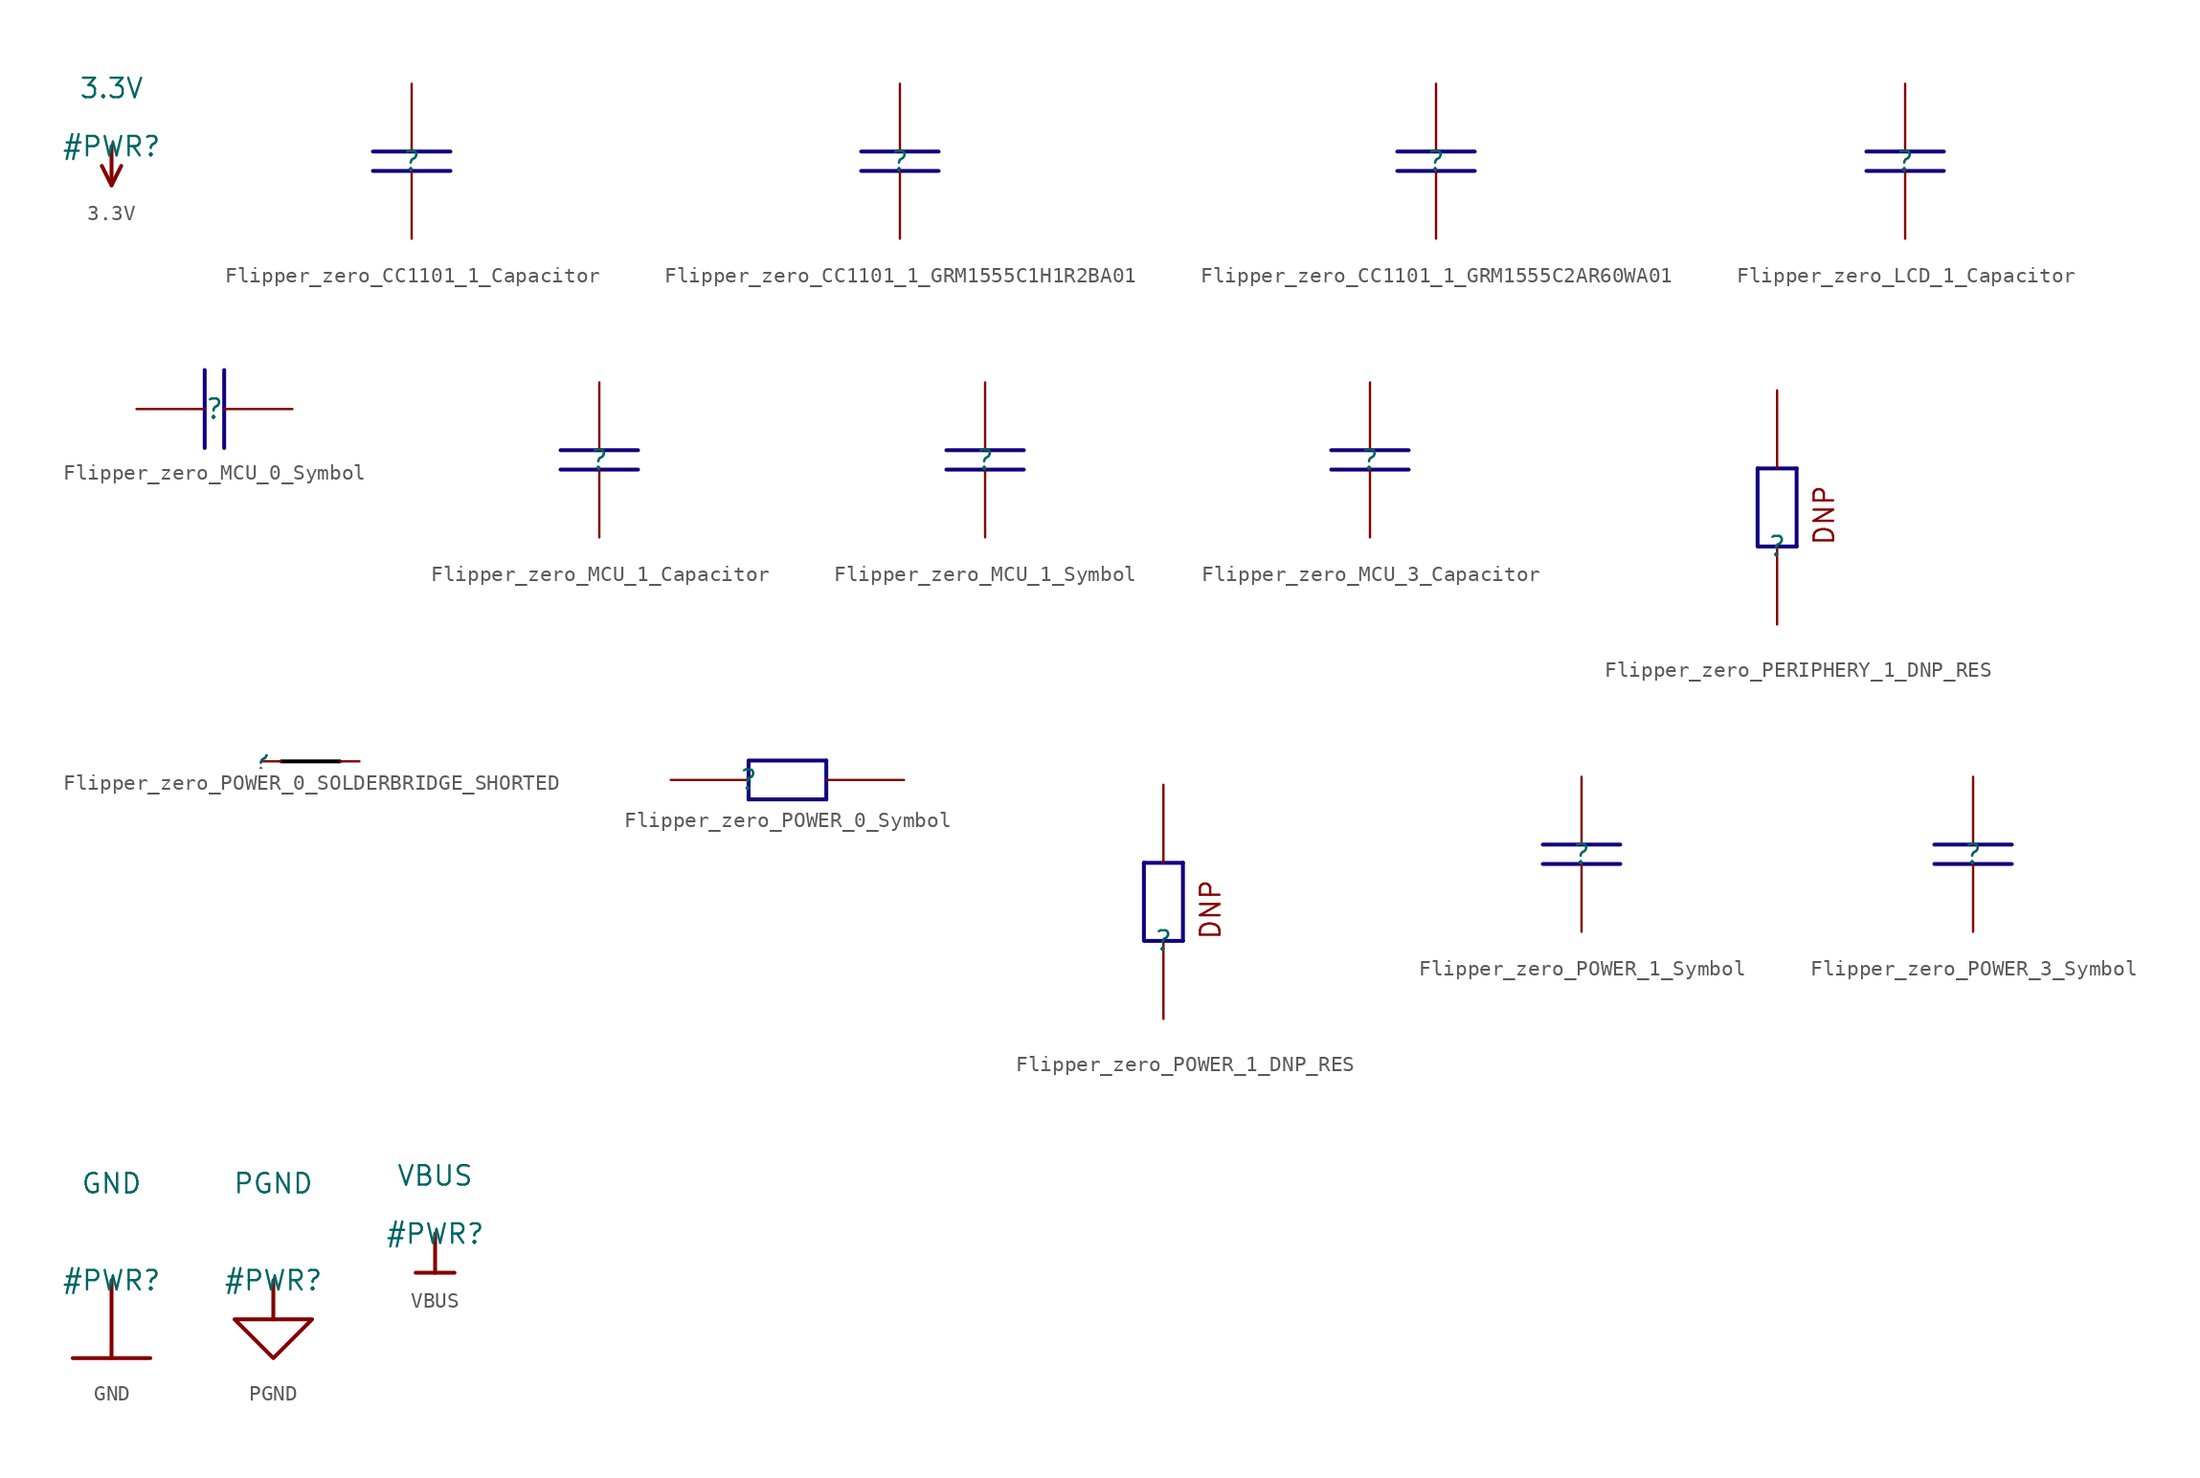
<source format=kicad_sym>
(kicad_symbol_lib
  (version 20220914)
  (generator kicad_symbol_editor)
  (symbol "3.3V"
    (power)
    (property "Reference" "#PWR"
      (at 0 0 0)
      (effects (font (size 1.27 1.27))))
    (property "Value" "3.3V"
      (at 0 3.81 0)
      (effects (font (size 1.27 1.27))))
    (symbol "3.3V_0_0"
      (polyline (pts (xy 0 0) (xy 0 -2.54)) (stroke (width 0.254) (type solid)) (fill (type none)))
      (polyline (pts (xy -0.635 -1.27) (xy 0 -2.54) (xy 0.635 -1.27)) (stroke (width 0.254) (type solid)) (fill (type none)))
      (pin power_in line (at 0 0 0) (length 0) hide (name "3.3V" (effects (font (size 1.27 1.27)))) (number "" (effects (font (size 1.27 1.27)))))))
  (symbol "Flipper_zero_CC1101_1_Capacitor"
    (property "Reference" ""
      (at 0 0 0)
      (effects (font (size 1.27 1.27))))
    (property "Value" ""
      (at 0 0 0)
      (effects (font (size 1.27 1.27))))
    (symbol "Flipper_zero_CC1101_1_Capacitor_1_0"
      (polyline (pts (xy -2.54 -0.635) (xy 2.54 -0.635)) (stroke (width 0.254) (type solid) (color 17 3 127 1)) (fill (type none)))
      (polyline (pts (xy -2.54 0.635) (xy 2.54 0.635)) (stroke (width 0.254) (type solid) (color 17 3 127 1)) (fill (type none)))
      (pin passive line (at 0 -5.08 90) (length 4.445) (name "1" (effects (font (size 0 0)))) (number "1" (effects (font (size 0 0)))))
      (pin passive line (at 0 5.08 270) (length 4.445) (name "2" (effects (font (size 0 0)))) (number "2" (effects (font (size 0 0)))))))
  (symbol "Flipper_zero_CC1101_1_GRM1555C1H1R2BA01"
    (property "Reference" ""
      (at 0 0 0)
      (effects (font (size 1.27 1.27))))
    (property "Value" ""
      (at 0 0 0)
      (effects (font (size 1.27 1.27))))
    (symbol "Flipper_zero_CC1101_1_GRM1555C1H1R2BA01_1_0"
      (polyline (pts (xy -2.54 -0.635) (xy 2.54 -0.635)) (stroke (width 0.254) (type solid) (color 17 3 127 1)) (fill (type none)))
      (polyline (pts (xy -2.54 0.635) (xy 2.54 0.635)) (stroke (width 0.254) (type solid) (color 17 3 127 1)) (fill (type none)))
      (pin passive line (at 0 -5.08 90) (length 4.445) (name "1" (effects (font (size 0 0)))) (number "1" (effects (font (size 0 0)))))
      (pin passive line (at 0 5.08 270) (length 4.445) (name "2" (effects (font (size 0 0)))) (number "2" (effects (font (size 0 0)))))))
  (symbol "Flipper_zero_CC1101_1_GRM1555C2AR60WA01"
    (property "Reference" ""
      (at 0 0 0)
      (effects (font (size 1.27 1.27))))
    (property "Value" ""
      (at 0 0 0)
      (effects (font (size 1.27 1.27))))
    (symbol "Flipper_zero_CC1101_1_GRM1555C2AR60WA01_1_0"
      (polyline (pts (xy -2.54 -0.635) (xy 2.54 -0.635)) (stroke (width 0.254) (type solid) (color 17 3 127 1)) (fill (type none)))
      (polyline (pts (xy -2.54 0.635) (xy 2.54 0.635)) (stroke (width 0.254) (type solid) (color 17 3 127 1)) (fill (type none)))
      (pin passive line (at 0 -5.08 90) (length 4.445) (name "1" (effects (font (size 0 0)))) (number "1" (effects (font (size 0 0)))))
      (pin passive line (at 0 5.08 270) (length 4.445) (name "2" (effects (font (size 0 0)))) (number "2" (effects (font (size 0 0)))))))
  (symbol "Flipper_zero_LCD_1_Capacitor"
    (property "Reference" ""
      (at 0 0 0)
      (effects (font (size 1.27 1.27))))
    (property "Value" ""
      (at 0 0 0)
      (effects (font (size 1.27 1.27))))
    (symbol "Flipper_zero_LCD_1_Capacitor_1_0"
      (polyline (pts (xy -2.54 -0.635) (xy 2.54 -0.635)) (stroke (width 0.254) (type solid) (color 17 3 127 1)) (fill (type none)))
      (polyline (pts (xy -2.54 0.635) (xy 2.54 0.635)) (stroke (width 0.254) (type solid) (color 17 3 127 1)) (fill (type none)))
      (pin passive line (at 0 -5.08 90) (length 4.445) (name "1" (effects (font (size 0 0)))) (number "1" (effects (font (size 0 0)))))
      (pin passive line (at 0 5.08 270) (length 4.445) (name "2" (effects (font (size 0 0)))) (number "2" (effects (font (size 0 0)))))))
  (symbol "Flipper_zero_MCU_0_Symbol"
    (property "Reference" ""
      (at 0 0 0)
      (effects (font (size 1.27 1.27))))
    (property "Value" ""
      (at 0 0 0)
      (effects (font (size 1.27 1.27))))
    (symbol "Flipper_zero_MCU_0_Symbol_1_0"
      (polyline (pts (xy -0.635 2.54) (xy -0.635 -2.54)) (stroke (width 0.254) (type solid) (color 17 3 127 1)) (fill (type none)))
      (polyline (pts (xy 0.635 2.54) (xy 0.635 -2.54)) (stroke (width 0.254) (type solid) (color 17 3 127 1)) (fill (type none)))
      (pin passive line (at -5.08 0 0) (length 4.445) (name "1" (effects (font (size 0 0)))) (number "1" (effects (font (size 0 0)))))
      (pin passive line (at 5.08 0 180) (length 4.445) (name "2" (effects (font (size 0 0)))) (number "2" (effects (font (size 0 0)))))))
  (symbol "Flipper_zero_MCU_1_Capacitor"
    (property "Reference" ""
      (at 0 0 0)
      (effects (font (size 1.27 1.27))))
    (property "Value" ""
      (at 0 0 0)
      (effects (font (size 1.27 1.27))))
    (symbol "Flipper_zero_MCU_1_Capacitor_1_0"
      (polyline (pts (xy -2.54 -0.635) (xy 2.54 -0.635)) (stroke (width 0.254) (type solid) (color 17 3 127 1)) (fill (type none)))
      (polyline (pts (xy -2.54 0.635) (xy 2.54 0.635)) (stroke (width 0.254) (type solid) (color 17 3 127 1)) (fill (type none)))
      (pin passive line (at 0 -5.08 90) (length 4.445) (name "1" (effects (font (size 0 0)))) (number "1" (effects (font (size 0 0)))))
      (pin passive line (at 0 5.08 270) (length 4.445) (name "2" (effects (font (size 0 0)))) (number "2" (effects (font (size 0 0)))))))
  (symbol "Flipper_zero_MCU_1_Symbol"
    (property "Reference" ""
      (at 0 0 0)
      (effects (font (size 1.27 1.27))))
    (property "Value" ""
      (at 0 0 0)
      (effects (font (size 1.27 1.27))))
    (symbol "Flipper_zero_MCU_1_Symbol_1_0"
      (polyline (pts (xy -2.54 -0.635) (xy 2.54 -0.635)) (stroke (width 0.254) (type solid) (color 17 3 127 1)) (fill (type none)))
      (polyline (pts (xy -2.54 0.635) (xy 2.54 0.635)) (stroke (width 0.254) (type solid) (color 17 3 127 1)) (fill (type none)))
      (pin passive line (at 0 -5.08 90) (length 4.445) (name "1" (effects (font (size 0 0)))) (number "1" (effects (font (size 0 0)))))
      (pin passive line (at 0 5.08 270) (length 4.445) (name "2" (effects (font (size 0 0)))) (number "2" (effects (font (size 0 0)))))))
  (symbol "Flipper_zero_MCU_3_Capacitor"
    (property "Reference" ""
      (at 0 0 0)
      (effects (font (size 1.27 1.27))))
    (property "Value" ""
      (at 0 0 0)
      (effects (font (size 1.27 1.27))))
    (symbol "Flipper_zero_MCU_3_Capacitor_1_0"
      (polyline (pts (xy 2.54 -0.635) (xy -2.54 -0.635)) (stroke (width 0.254) (type solid) (color 17 3 127 1)) (fill (type none)))
      (polyline (pts (xy 2.54 0.635) (xy -2.54 0.635)) (stroke (width 0.254) (type solid) (color 17 3 127 1)) (fill (type none)))
      (pin passive line (at 0 5.08 270) (length 4.445) (name "1" (effects (font (size 0 0)))) (number "1" (effects (font (size 0 0)))))
      (pin passive line (at 0 -5.08 90) (length 4.445) (name "2" (effects (font (size 0 0)))) (number "2" (effects (font (size 0 0)))))))
  (symbol "Flipper_zero_PERIPHERY_1_DNP_RES"
    (property "Reference" ""
      (at 0 0 0)
      (effects (font (size 1.27 1.27))))
    (property "Value" ""
      (at 0 0 0)
      (effects (font (size 1.27 1.27))))
    (symbol "Flipper_zero_PERIPHERY_1_DNP_RES_1_0"
      (polyline (pts (xy -1.27 5.08) (xy 1.27 5.08)) (stroke (width 0.254) (type solid) (color 17 3 127 1)) (fill (type none)))
      (polyline (pts (xy 1.27 0) (xy 1.27 5.08)) (stroke (width 0.254) (type solid) (color 17 3 127 1)) (fill (type none)))
      (polyline (pts (xy 1.27 0) (xy -1.27 0) (xy -1.27 5.08)) (stroke (width 0.254) (type solid) (color 17 3 127 1)) (fill (type none)))
      (text "DNP" (at 3.81 0 900) (effects (font (size 1.27 1.27)) (justify left bottom)))
      (pin passive line (at 0 10.16 270) (length 5.08) (name "1" (effects (font (size 0 0)))) (number "1" (effects (font (size 0 0)))))
      (pin passive line (at 0 -5.08 90) (length 5.08) (name "2" (effects (font (size 0 0)))) (number "2" (effects (font (size 0 0)))))))
  (symbol "Flipper_zero_POWER_0_SOLDERBRIDGE_SHORTED"
    (property "Reference" ""
      (at 0 0 0)
      (effects (font (size 1.27 1.27))))
    (property "Value" ""
      (at 0 0 0)
      (effects (font (size 1.27 1.27))))
    (symbol "Flipper_zero_POWER_0_SOLDERBRIDGE_SHORTED_1_0"
      (polyline (pts (xy 1.27 0) (xy 5.08 0)) (stroke (width 0.254) (type solid) (color 0 0 0 1)) (fill (type none)))
      (pin passive line (at 6.35 0 180) (length 1.27) (name "0" (effects (font (size 0 0)))) (number "1" (effects (font (size 0 0)))))
      (pin passive line (at 0 0 0) (length 1.27) (name "1" (effects (font (size 0 0)))) (number "2" (effects (font (size 0 0)))))))
  (symbol "Flipper_zero_POWER_0_Symbol"
    (property "Reference" ""
      (at 0 0 0)
      (effects (font (size 1.27 1.27))))
    (property "Value" ""
      (at 0 0 0)
      (effects (font (size 1.27 1.27))))
    (symbol "Flipper_zero_POWER_0_Symbol_1_0"
      (polyline (pts (xy 0 -1.27) (xy 5.08 -1.27)) (stroke (width 0.254) (type solid) (color 17 3 127 1)) (fill (type none)))
      (polyline (pts (xy 5.08 1.27) (xy 5.08 -1.27)) (stroke (width 0.254) (type solid) (color 17 3 127 1)) (fill (type none)))
      (polyline (pts (xy 0 -1.27) (xy 0 1.27) (xy 5.08 1.27)) (stroke (width 0.254) (type solid) (color 17 3 127 1)) (fill (type none)))
      (pin passive line (at 10.16 0 180) (length 5.08) (name "1" (effects (font (size 0 0)))) (number "1" (effects (font (size 0 0)))))
      (pin passive line (at -5.08 0 0) (length 5.08) (name "2" (effects (font (size 0 0)))) (number "2" (effects (font (size 0 0)))))))
  (symbol "Flipper_zero_POWER_1_DNP_RES"
    (property "Reference" ""
      (at 0 0 0)
      (effects (font (size 1.27 1.27))))
    (property "Value" ""
      (at 0 0 0)
      (effects (font (size 1.27 1.27))))
    (symbol "Flipper_zero_POWER_1_DNP_RES_1_0"
      (polyline (pts (xy -1.27 5.08) (xy 1.27 5.08)) (stroke (width 0.254) (type solid) (color 17 3 127 1)) (fill (type none)))
      (polyline (pts (xy 1.27 0) (xy 1.27 5.08)) (stroke (width 0.254) (type solid) (color 17 3 127 1)) (fill (type none)))
      (polyline (pts (xy 1.27 0) (xy -1.27 0) (xy -1.27 5.08)) (stroke (width 0.254) (type solid) (color 17 3 127 1)) (fill (type none)))
      (text "DNP" (at 3.81 0 900) (effects (font (size 1.27 1.27)) (justify left bottom)))
      (pin passive line (at 0 10.16 270) (length 5.08) (name "1" (effects (font (size 0 0)))) (number "1" (effects (font (size 0 0)))))
      (pin passive line (at 0 -5.08 90) (length 5.08) (name "2" (effects (font (size 0 0)))) (number "2" (effects (font (size 0 0)))))))
  (symbol "Flipper_zero_POWER_1_Symbol"
    (property "Reference" ""
      (at 0 0 0)
      (effects (font (size 1.27 1.27))))
    (property "Value" ""
      (at 0 0 0)
      (effects (font (size 1.27 1.27))))
    (symbol "Flipper_zero_POWER_1_Symbol_1_0"
      (polyline (pts (xy -2.54 -0.635) (xy 2.54 -0.635)) (stroke (width 0.254) (type solid) (color 17 3 127 1)) (fill (type none)))
      (polyline (pts (xy -2.54 0.635) (xy 2.54 0.635)) (stroke (width 0.254) (type solid) (color 17 3 127 1)) (fill (type none)))
      (pin passive line (at 0 -5.08 90) (length 4.445) (name "1" (effects (font (size 0 0)))) (number "1" (effects (font (size 0 0)))))
      (pin passive line (at 0 5.08 270) (length 4.445) (name "2" (effects (font (size 0 0)))) (number "2" (effects (font (size 0 0)))))))
  (symbol "Flipper_zero_POWER_3_Symbol"
    (property "Reference" ""
      (at 0 0 0)
      (effects (font (size 1.27 1.27))))
    (property "Value" ""
      (at 0 0 0)
      (effects (font (size 1.27 1.27))))
    (symbol "Flipper_zero_POWER_3_Symbol_1_0"
      (polyline (pts (xy 2.54 -0.635) (xy -2.54 -0.635)) (stroke (width 0.254) (type solid) (color 17 3 127 1)) (fill (type none)))
      (polyline (pts (xy 2.54 0.635) (xy -2.54 0.635)) (stroke (width 0.254) (type solid) (color 17 3 127 1)) (fill (type none)))
      (pin passive line (at 0 5.08 270) (length 4.445) (name "1" (effects (font (size 0 0)))) (number "1" (effects (font (size 0 0)))))
      (pin passive line (at 0 -5.08 90) (length 4.445) (name "2" (effects (font (size 0 0)))) (number "2" (effects (font (size 0 0)))))))
  (symbol "GND"
    (power)
    (property "Reference" "#PWR"
      (at 0 0 0)
      (effects (font (size 1.27 1.27))))
    (property "Value" "GND"
      (at 0 6.35 0)
      (effects (font (size 1.27 1.27))))
    (symbol "GND_0_0"
      (polyline (pts (xy -2.54 -5.08) (xy 2.54 -5.08)) (stroke (width 0.254) (type solid)) (fill (type none)))
      (polyline (pts (xy 0 0) (xy 0 -5.08)) (stroke (width 0.254) (type solid)) (fill (type none)))
      (pin power_in line (at 0 0 0) (length 0) hide (name "GND" (effects (font (size 1.27 1.27)))) (number "" (effects (font (size 1.27 1.27)))))))
  (symbol "PGND"
    (power)
    (property "Reference" "#PWR"
      (at 0 0 0)
      (effects (font (size 1.27 1.27))))
    (property "Value" "PGND"
      (at 0 6.35 0)
      (effects (font (size 1.27 1.27))))
    (symbol "PGND_0_0"
      (polyline (pts (xy 0 0) (xy 0 -2.54)) (stroke (width 0.254) (type solid)) (fill (type none)))
      (polyline (pts (xy -2.54 -2.54) (xy 2.54 -2.54) (xy 0 -5.08) (xy -2.54 -2.54)) (stroke (width 0.254) (type solid)) (fill (type none)))
      (pin power_in line (at 0 0 0) (length 0) hide (name "PGND" (effects (font (size 1.27 1.27)))) (number "" (effects (font (size 1.27 1.27)))))))
  (symbol "VBUS"
    (power)
    (property "Reference" "#PWR"
      (at 0 0 0)
      (effects (font (size 1.27 1.27))))
    (property "Value" "VBUS"
      (at 0 3.81 0)
      (effects (font (size 1.27 1.27))))
    (symbol "VBUS_0_0"
      (polyline (pts (xy -1.27 -2.54) (xy 1.27 -2.54)) (stroke (width 0.254) (type solid)) (fill (type none)))
      (polyline (pts (xy 0 0) (xy 0 -2.54)) (stroke (width 0.254) (type solid)) (fill (type none)))
      (pin power_in line (at 0 0 0) (length 0) hide (name "VBUS" (effects (font (size 1.27 1.27)))) (number "" (effects (font (size 1.27 1.27))))))))
</source>
